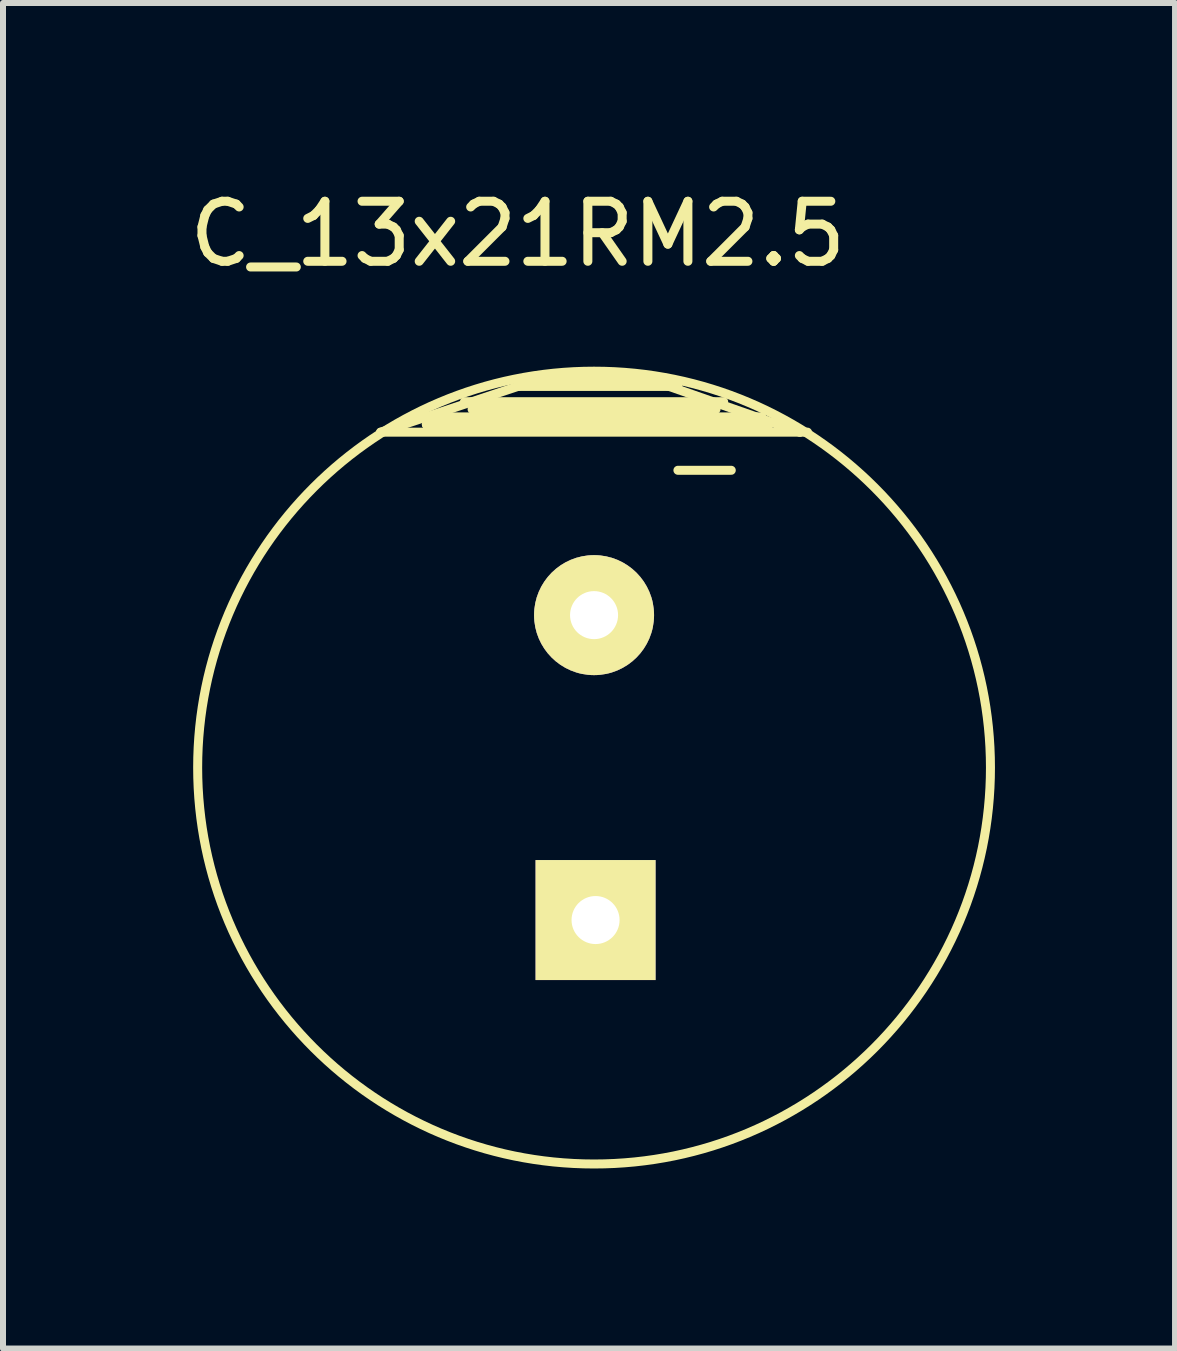
<source format=kicad_pcb>
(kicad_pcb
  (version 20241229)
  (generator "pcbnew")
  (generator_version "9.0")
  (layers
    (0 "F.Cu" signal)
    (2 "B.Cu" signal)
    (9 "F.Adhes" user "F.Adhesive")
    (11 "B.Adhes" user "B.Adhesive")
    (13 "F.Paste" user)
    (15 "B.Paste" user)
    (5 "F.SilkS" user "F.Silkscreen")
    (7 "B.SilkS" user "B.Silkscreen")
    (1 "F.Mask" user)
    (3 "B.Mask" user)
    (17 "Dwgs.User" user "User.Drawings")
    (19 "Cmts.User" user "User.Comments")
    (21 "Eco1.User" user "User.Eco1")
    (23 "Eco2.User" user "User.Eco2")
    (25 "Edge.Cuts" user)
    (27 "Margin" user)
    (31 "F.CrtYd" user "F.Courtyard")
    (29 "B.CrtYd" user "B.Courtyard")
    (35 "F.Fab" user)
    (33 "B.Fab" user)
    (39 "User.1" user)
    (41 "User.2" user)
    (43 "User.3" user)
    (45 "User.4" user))
  (footprint "C_13x21RM2.5"
    (layer "F.Cu")
    (at 6.847 9.738)
    (property "Reference" "C_13x21RM2.5" (at -1.27 -8.89 0) (layer "F.SilkS") (effects (font (size 1 1) (thickness 0.15))))
    (attr through_hole)
    (fp_line (start -3.556 -5.588) (end -0.889 -6.477) (stroke (width 0.15) (type solid)) (layer "F.SilkS"))
    (fp_line (start -2.794 -5.842) (end -2.667 -5.842) (stroke (width 0.15) (type solid)) (layer "F.SilkS"))
    (fp_line (start -2.794 -5.715) (end -1.905 -5.715) (stroke (width 0.15) (type solid)) (layer "F.SilkS"))
    (fp_line (start -2.159 -6.096) (end 2.159 -6.096) (stroke (width 0.15) (type solid)) (layer "F.SilkS"))
    (fp_line (start -2.032 -5.969) (end 2.032 -5.969) (stroke (width 0.15) (type solid)) (layer "F.SilkS"))
    (fp_line (start -0.889 -6.477) (end 0.889 -6.477) (stroke (width 0.15) (type solid)) (layer "F.SilkS"))
    (fp_line (start 0.889 -6.477) (end 3.429 -5.588) (stroke (width 0.15) (type solid)) (layer "F.SilkS"))
    (fp_line (start 1.397 -6.35) (end -1.27 -6.35) (stroke (width 0.15) (type solid)) (layer "F.SilkS"))
    (fp_line (start 1.397 -4.953) (end 2.286 -4.953) (stroke (width 0.15) (type solid)) (layer "F.SilkS"))
    (fp_line (start 2.794 -5.842) (end -2.794 -5.842) (stroke (width 0.15) (type solid)) (layer "F.SilkS"))
    (fp_line (start 2.921 -5.715) (end -2.794 -5.715) (stroke (width 0.15) (type solid)) (layer "F.SilkS"))
    (fp_line (start 3.429 -5.588) (end 3.048 -5.715) (stroke (width 0.15) (type solid)) (layer "F.SilkS"))
    (fp_line (start 3.556 -5.588) (end -3.556 -5.588) (stroke (width 0.15) (type solid)) (layer "F.SilkS"))
    (fp_circle (center 0 0) (end -6.604 0) (stroke (width 0.15) (type solid)) (fill no) (layer "F.SilkS"))
    (pad "1" thru_hole rect (at 0.025 2.54) (size 1.999 1.999) (drill 0.8) (layers "*.Cu" "*.Mask" "F.SilkS"))
    (pad "2" thru_hole circle (at 0 -2.54) (size 1.999 1.999) (drill 0.8) (layers "*.Cu" "*.Mask" "F.SilkS")))
  (gr_rect
    (start -3 -3)
    (end 16.526 19.417)
    (stroke (width 0.1) (type default))
    (fill no)
    (layer "Edge.Cuts")))
</source>
